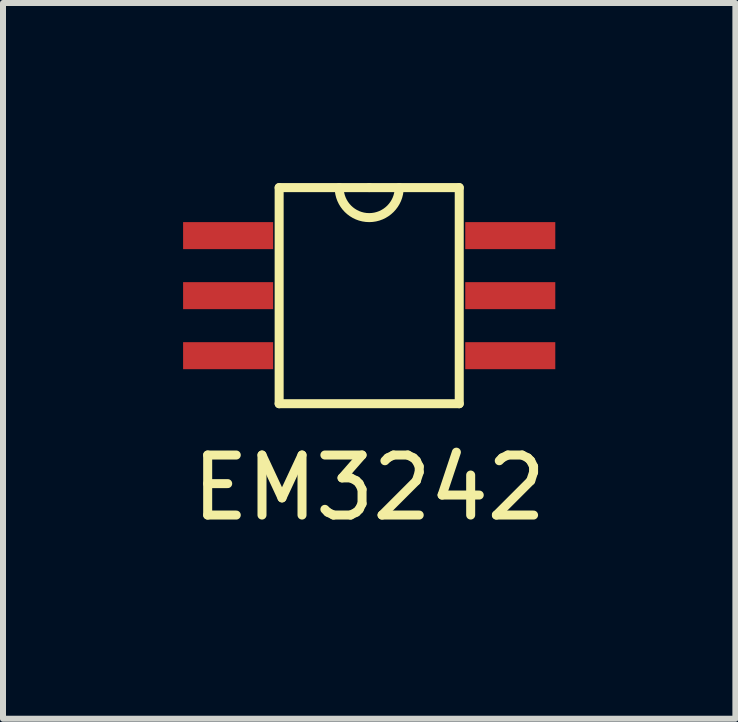
<source format=kicad_pcb>
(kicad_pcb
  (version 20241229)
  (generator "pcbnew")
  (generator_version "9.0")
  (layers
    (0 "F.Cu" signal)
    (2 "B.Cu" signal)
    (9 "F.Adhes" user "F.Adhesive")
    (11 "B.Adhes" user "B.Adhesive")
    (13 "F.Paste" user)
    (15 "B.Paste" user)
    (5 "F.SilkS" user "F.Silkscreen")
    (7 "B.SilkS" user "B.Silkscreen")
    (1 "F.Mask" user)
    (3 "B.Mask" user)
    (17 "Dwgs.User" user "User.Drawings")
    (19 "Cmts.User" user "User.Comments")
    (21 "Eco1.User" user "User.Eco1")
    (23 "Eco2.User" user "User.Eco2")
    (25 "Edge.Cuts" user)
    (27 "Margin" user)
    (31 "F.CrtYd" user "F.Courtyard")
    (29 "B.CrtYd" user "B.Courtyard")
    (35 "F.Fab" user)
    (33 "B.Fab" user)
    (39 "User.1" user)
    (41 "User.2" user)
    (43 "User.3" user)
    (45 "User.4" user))
  (footprint "EM3242"
    (layer "F.Cu")
    (at 3.1 1.875)
    (property "Reference" "EM3242" (at 0 3.2 0) (layer "F.SilkS") (effects (font (size 1 1) (thickness 0.15))))
    (attr through_hole)
    (fp_line (start -1.5 -1.8) (end 0 -1.8) (stroke (width 0.15) (type solid)) (layer "F.SilkS"))
    (fp_line (start -1.5 1.8) (end -1.5 -1.8) (stroke (width 0.15) (type solid)) (layer "F.SilkS"))
    (fp_line (start 0 -1.8) (end 1.5 -1.8) (stroke (width 0.15) (type solid)) (layer "F.SilkS"))
    (fp_line (start 1.5 -1.8) (end 1.5 1.8) (stroke (width 0.15) (type solid)) (layer "F.SilkS"))
    (fp_line (start 1.5 1.8) (end -1.5 1.8) (stroke (width 0.15) (type solid)) (layer "F.SilkS"))
    (fp_arc (start 0.5 -1.8) (mid 0 -1.3) (end -0.5 -1.8) (stroke (width 0.15) (type solid)) (layer "F.SilkS"))
    (pad "1" smd rect (at -2.35 -1) (size 1.5 0.45) (layers "F.Cu" "F.Mask" "F.Paste"))
    (pad "2" smd rect (at -2.35 0) (size 1.5 0.45) (layers "F.Cu" "F.Mask" "F.Paste"))
    (pad "3" smd rect (at -2.35 1) (size 1.5 0.45) (layers "F.Cu" "F.Mask" "F.Paste"))
    (pad "4" smd rect (at 2.35 1) (size 1.5 0.45) (layers "F.Cu" "F.Mask" "F.Paste"))
    (pad "5" smd rect (at 2.35 0) (size 1.5 0.45) (layers "F.Cu" "F.Mask" "F.Paste"))
    (pad "6" smd rect (at 2.35 -1) (size 1.5 0.45) (layers "F.Cu" "F.Mask" "F.Paste")))
  (gr_rect
    (start -3 -3)
    (end 9.2 8.923)
    (stroke (width 0.1) (type default))
    (fill no)
    (layer "Edge.Cuts")))
</source>
